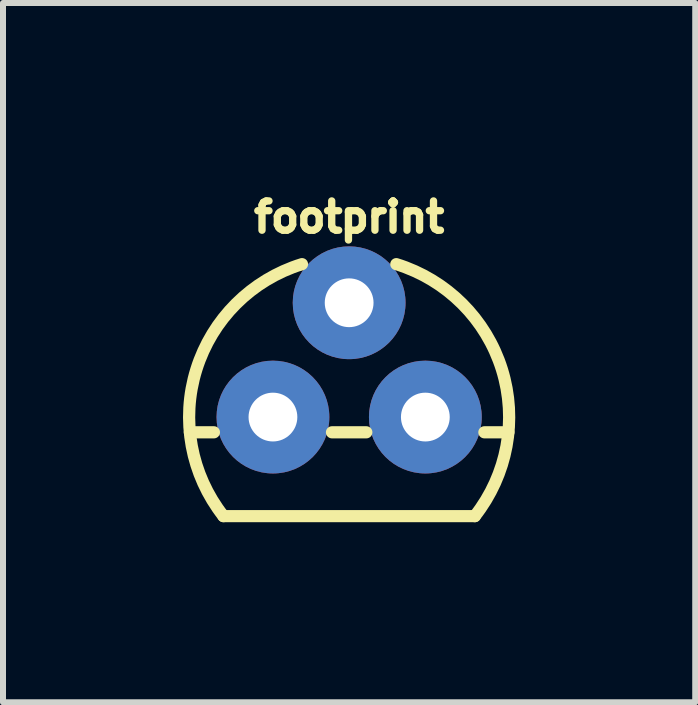
<source format=kicad_pcb>
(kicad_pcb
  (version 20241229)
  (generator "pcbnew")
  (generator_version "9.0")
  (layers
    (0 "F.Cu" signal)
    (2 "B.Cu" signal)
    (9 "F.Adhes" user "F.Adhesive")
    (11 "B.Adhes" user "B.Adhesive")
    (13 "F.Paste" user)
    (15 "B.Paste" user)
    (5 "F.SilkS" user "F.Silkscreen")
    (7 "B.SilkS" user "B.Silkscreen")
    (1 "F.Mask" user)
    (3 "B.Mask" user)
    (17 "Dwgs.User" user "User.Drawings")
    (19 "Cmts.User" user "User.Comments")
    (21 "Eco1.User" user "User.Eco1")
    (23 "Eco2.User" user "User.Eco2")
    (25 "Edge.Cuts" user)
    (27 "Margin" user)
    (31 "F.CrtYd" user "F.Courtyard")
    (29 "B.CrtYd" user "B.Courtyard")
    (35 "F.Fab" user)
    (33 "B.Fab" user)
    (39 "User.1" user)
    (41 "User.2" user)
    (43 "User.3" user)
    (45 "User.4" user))
  (footprint "footprint"
    (layer "F.Cu")
    (at 2.769 3.901)
    (property "Reference" "footprint" (at 0 -3.048 0) (layer "F.SilkS") (effects (font (size 0.488 0.488) (thickness 0.122)) (justify bottom)))
    (fp_circle (center -1.27 0) (end -1.016 0) (stroke (width 0.508) (type solid)) (fill yes) (layer "F.Mask"))
    (fp_circle (center 0 -1.905) (end 0.254 -1.905) (stroke (width 0.508) (type solid)) (fill yes) (layer "F.Mask"))
    (fp_circle (center 1.27 0) (end 1.524 0) (stroke (width 0.508) (type solid)) (fill yes) (layer "F.Mask"))
    (fp_circle (center -1.27 0) (end -0.758 0) (stroke (width 1.024) (type solid)) (fill yes) (layer "B.Mask"))
    (fp_circle (center 0 -1.905) (end 0.512 -1.905) (stroke (width 1.024) (type solid)) (fill yes) (layer "B.Mask"))
    (fp_circle (center 1.27 0) (end 1.782 0) (stroke (width 1.024) (type solid)) (fill yes) (layer "B.Mask"))
    (fp_line (start -2.655 0.254) (end -2.254 0.254) (stroke (width 0.203) (type solid)) (layer "F.SilkS"))
    (fp_line (start -2.095 1.651) (end 2.095 1.651) (stroke (width 0.203) (type solid)) (layer "F.SilkS"))
    (fp_line (start -0.286 0.254) (end 0.286 0.254) (stroke (width 0.203) (type solid)) (layer "F.SilkS"))
    (fp_line (start 2.254 0.254) (end 2.655 0.254) (stroke (width 0.203) (type solid)) (layer "F.SilkS"))
    (fp_arc (start -2.094599 1.650999) (mid -2.546339 -0.793276) (end -0.7863 -2.5485) (stroke (width 0.2032) (type solid)) (layer "F.SilkS"))
    (fp_arc (start 0.7863 -2.548397) (mid 2.546269 -0.7932) (end 2.0945 1.651) (stroke (width 0.2032) (type solid)) (layer "F.SilkS"))
    (pad "1" thru_hole circle (at -1.27 0) (size 1.88 1.88) (drill 0.813) (layers "*.Cu"))
    (pad "2" thru_hole circle (at 0 -1.905) (size 1.88 1.88) (drill 0.813) (layers "*.Cu"))
    (pad "3" thru_hole circle (at 1.27 0) (size 1.88 1.88) (drill 0.813) (layers "*.Cu")))
  (gr_rect
    (start -3 -3)
    (end 8.537 8.654)
    (stroke (width 0.1) (type default))
    (fill no)
    (layer "Edge.Cuts")))
</source>
